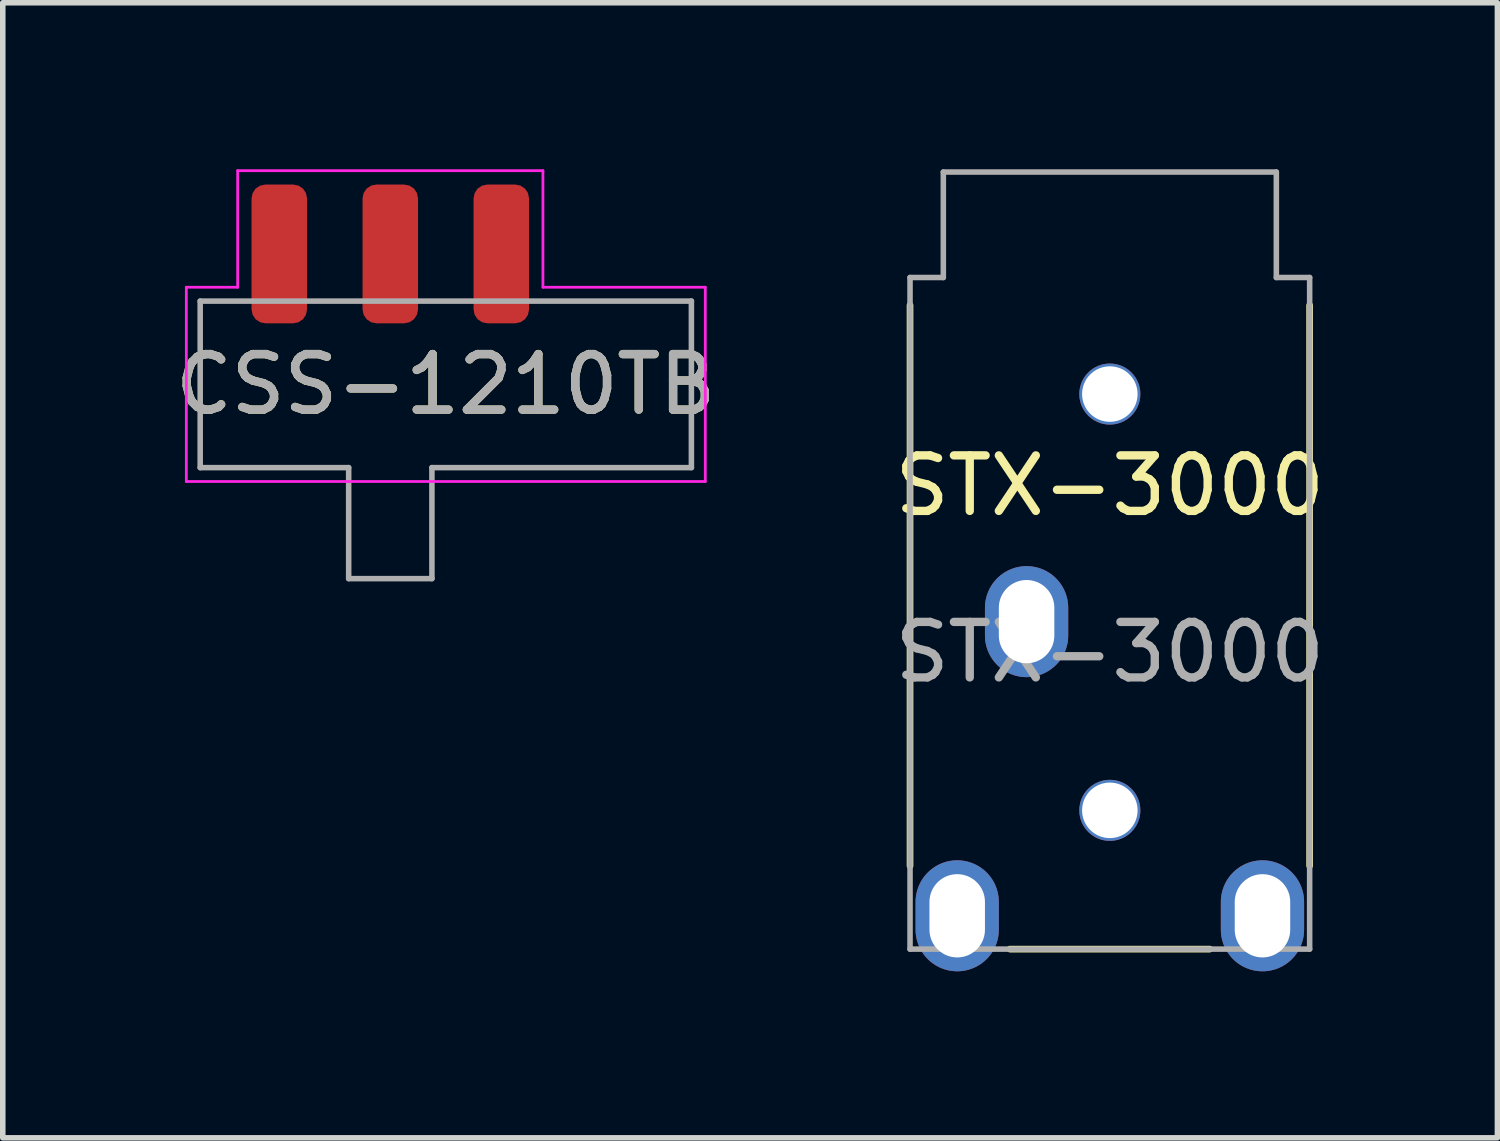
<source format=kicad_pcb>
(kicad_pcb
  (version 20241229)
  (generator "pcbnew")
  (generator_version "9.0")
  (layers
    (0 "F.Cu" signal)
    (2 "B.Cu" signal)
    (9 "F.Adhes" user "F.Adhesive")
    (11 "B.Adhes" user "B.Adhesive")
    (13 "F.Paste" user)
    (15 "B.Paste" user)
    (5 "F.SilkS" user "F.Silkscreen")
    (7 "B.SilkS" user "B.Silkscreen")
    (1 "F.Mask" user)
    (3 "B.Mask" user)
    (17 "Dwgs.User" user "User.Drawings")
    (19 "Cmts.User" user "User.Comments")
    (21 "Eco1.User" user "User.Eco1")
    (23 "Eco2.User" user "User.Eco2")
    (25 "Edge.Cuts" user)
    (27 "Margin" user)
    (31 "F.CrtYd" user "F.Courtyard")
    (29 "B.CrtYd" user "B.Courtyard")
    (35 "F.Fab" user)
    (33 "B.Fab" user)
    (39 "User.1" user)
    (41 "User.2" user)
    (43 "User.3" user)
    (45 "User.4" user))
  (footprint "CSS-1210TB"
    (layer "F.Cu")
    (at 4.982 3.875)
    (property "Reference" "CSS-1210TB" (at 0 0 0) (unlocked yes) (layer "F.SilkS") (effects (font (size 1 1) (thickness 0.15))))
    (attr smd)
    (fp_line (start -4.675 -1.75) (end -3.75 -1.75) (stroke (width 0.05) (type solid)) (layer "F.CrtYd"))
    (fp_line (start -4.675 1.75) (end -4.675 -1.75) (stroke (width 0.05) (type solid)) (layer "F.CrtYd"))
    (fp_line (start -3.75 -3.85) (end -3.75 -1.75) (stroke (width 0.05) (type solid)) (layer "F.CrtYd"))
    (fp_line (start -3.75 -3.85) (end 1.75 -3.85) (stroke (width 0.05) (type solid)) (layer "F.CrtYd"))
    (fp_line (start 1.75 -3.85) (end 1.75 -1.75) (stroke (width 0.05) (type solid)) (layer "F.CrtYd"))
    (fp_line (start 1.75 -1.75) (end 4.675 -1.75) (stroke (width 0.05) (type solid)) (layer "F.CrtYd"))
    (fp_line (start 4.675 -1.75) (end 4.675 1.75) (stroke (width 0.05) (type solid)) (layer "F.CrtYd"))
    (fp_line (start 4.675 1.75) (end -4.675 1.75) (stroke (width 0.05) (type solid)) (layer "F.CrtYd"))
    (fp_line (start -4.425 -1.5) (end 4.425 -1.5) (stroke (width 0.1) (type solid)) (layer "F.Fab"))
    (fp_line (start -4.425 1.5) (end -4.425 -1.5) (stroke (width 0.1) (type solid)) (layer "F.Fab"))
    (fp_line (start -4.425 1.5) (end -1.75 1.5) (stroke (width 0.1) (type solid)) (layer "F.Fab"))
    (fp_line (start -1.75 3.5) (end -1.75 1.5) (stroke (width 0.1) (type solid)) (layer "F.Fab"))
    (fp_line (start -1.75 3.5) (end -0.25 3.5) (stroke (width 0.1) (type solid)) (layer "F.Fab"))
    (fp_line (start -0.25 1.5) (end -0.25 3.5) (stroke (width 0.1) (type solid)) (layer "F.Fab"))
    (fp_line (start 4.425 -1.5) (end 4.425 1.5) (stroke (width 0.1) (type solid)) (layer "F.Fab"))
    (fp_line (start 4.425 1.5) (end -0.25 1.5) (stroke (width 0.1) (type solid)) (layer "F.Fab"))
    (fp_text user "${REFERENCE}" (at 0 0 0) (unlocked yes) (layer "F.Fab") (effects (font (size 1 1) (thickness 0.15))))
    (pad "1" smd roundrect (at -3 -2.35 90) (size 2.5 1) (layers "F.Cu" "F.Mask" "F.Paste") (roundrect_rratio 0.25))
    (pad "2" smd roundrect (at 1 -2.35 90) (size 2.5 1) (layers "F.Cu" "F.Mask" "F.Paste") (roundrect_rratio 0.25))
    (pad "3" smd roundrect (at -1 -2.35 90) (size 2.5 1) (layers "F.Cu" "F.Mask" "F.Paste") (roundrect_rratio 0.25)))
  (footprint "STX-3000"
    (layer "F.Cu")
    (at 16.946 1.95)
    (property "Reference" "STX-3000" (at 0 3.75 0) (unlocked yes) (layer "F.SilkS") (effects (font (size 1 1) (thickness 0.15))))
    (attr through_hole)
    (fp_line (start -3.6 10.6) (end -3.6 0.5) (stroke (width 0.12) (type solid)) (layer "F.SilkS"))
    (fp_line (start 1.8 12.1) (end -1.8 12.1) (stroke (width 0.12) (type solid)) (layer "F.SilkS"))
    (fp_line (start 3.6 0.5) (end 3.6 10.6) (stroke (width 0.12) (type solid)) (layer "F.SilkS"))
    (fp_line (start -3.6 0) (end -3 0) (stroke (width 0.1) (type solid)) (layer "F.Fab"))
    (fp_line (start -3.6 12.1) (end -3.6 0) (stroke (width 0.1) (type solid)) (layer "F.Fab"))
    (fp_line (start -3 -1.9) (end 3 -1.9) (stroke (width 0.1) (type solid)) (layer "F.Fab"))
    (fp_line (start -3 0) (end -3 -1.9) (stroke (width 0.1) (type solid)) (layer "F.Fab"))
    (fp_line (start 3 -1.9) (end 3 0) (stroke (width 0.1) (type solid)) (layer "F.Fab"))
    (fp_line (start 3 0) (end 3.6 0) (stroke (width 0.1) (type solid)) (layer "F.Fab"))
    (fp_line (start 3.6 0) (end 3.6 12.1) (stroke (width 0.1) (type solid)) (layer "F.Fab"))
    (fp_line (start 3.6 12.1) (end -3.6 12.1) (stroke (width 0.1) (type solid)) (layer "F.Fab"))
    (fp_text user "${REFERENCE}" (at 0 6.75 0) (unlocked yes) (layer "F.Fab") (effects (font (size 1 1) (thickness 0.15))))
    (pad "" np_thru_hole circle (at 0 2.1) (size 1.1 1.1) (drill 1) (layers "*.Cu" "*.Mask"))
    (pad "" np_thru_hole circle (at 0 9.6) (size 1.1 1.1) (drill 1) (layers "*.Cu" "*.Mask"))
    (pad "R" thru_hole oval (at 2.75 11.5 90) (size 2 1.5) (drill oval 1.5 1) (layers "*.Cu" "*.Mask"))
    (pad "S" thru_hole oval (at -1.5 6.2 90) (size 2 1.5) (drill oval 1.5 1) (layers "*.Cu" "*.Mask"))
    (pad "T" thru_hole oval (at -2.75 11.5 90) (size 2 1.5) (drill oval 1.5 1) (layers "*.Cu" "*.Mask")))
  (gr_rect
    (start -3 -3)
    (end 23.929 17.45)
    (stroke (width 0.1) (type default))
    (fill no)
    (layer "Edge.Cuts")))
</source>
